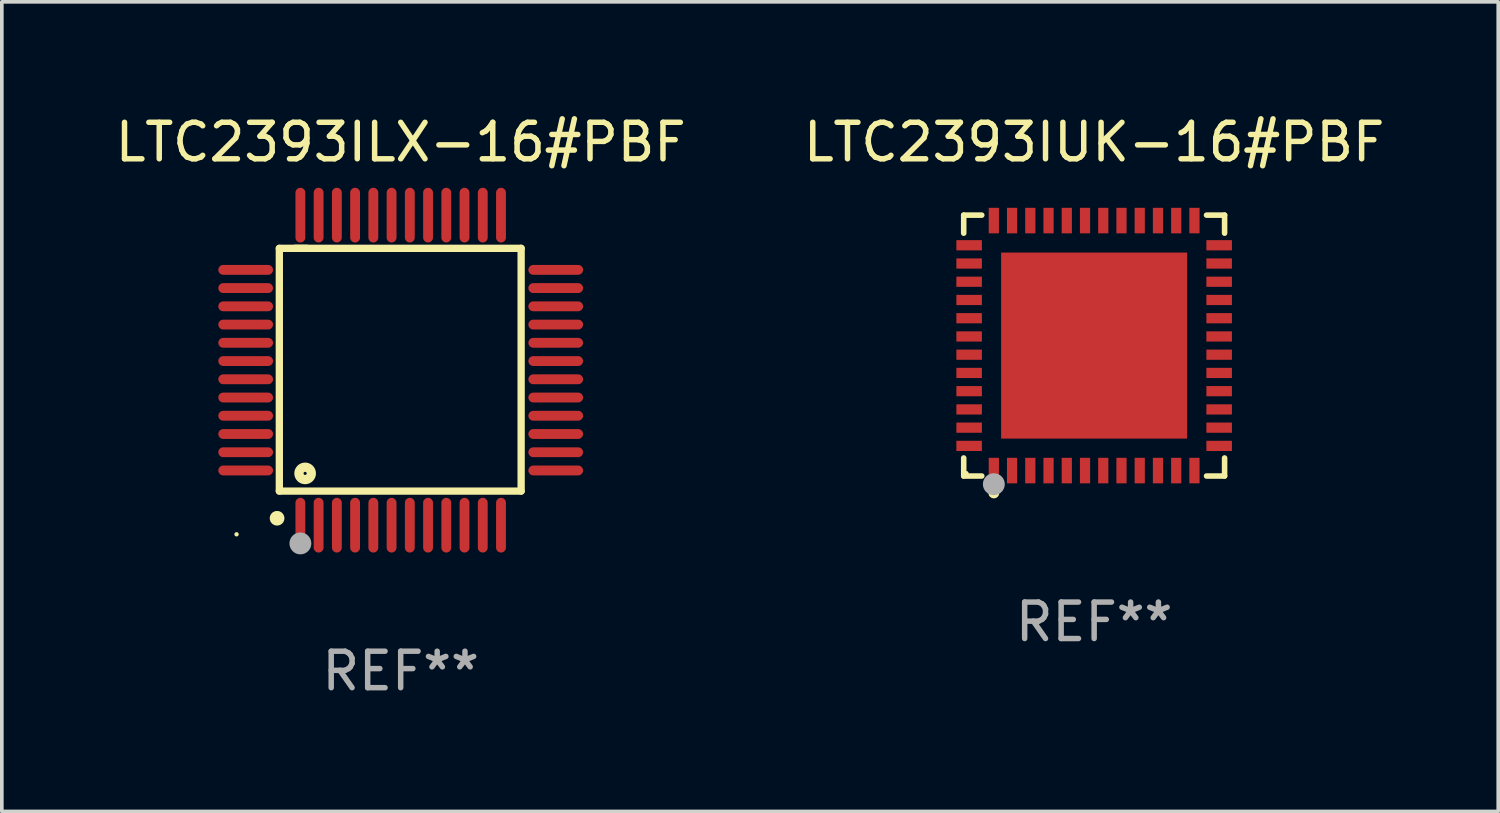
<source format=kicad_pcb>
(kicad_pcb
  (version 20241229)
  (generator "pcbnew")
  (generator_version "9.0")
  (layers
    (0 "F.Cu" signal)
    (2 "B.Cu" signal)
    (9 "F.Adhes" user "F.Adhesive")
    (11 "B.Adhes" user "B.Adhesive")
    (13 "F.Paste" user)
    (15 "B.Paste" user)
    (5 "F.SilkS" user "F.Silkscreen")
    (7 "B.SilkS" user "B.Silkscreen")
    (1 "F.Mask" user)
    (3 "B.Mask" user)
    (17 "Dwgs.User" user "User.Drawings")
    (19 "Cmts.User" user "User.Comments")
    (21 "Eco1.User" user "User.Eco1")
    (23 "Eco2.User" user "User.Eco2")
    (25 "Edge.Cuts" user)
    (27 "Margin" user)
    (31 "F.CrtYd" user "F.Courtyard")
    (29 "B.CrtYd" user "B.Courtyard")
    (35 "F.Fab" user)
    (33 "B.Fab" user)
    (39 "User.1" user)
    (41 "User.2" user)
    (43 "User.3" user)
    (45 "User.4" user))
  (footprint "LTC2393ILX-16#PBF"
    (layer "F.Cu")
    (at 7.935 7.098)
    (property "Reference" "LTC2393ILX-16#PBF" (at 0 -6.25 0) (layer "F.SilkS") (effects (font (size 1 1) (thickness 0.15))))
    (attr through_hole)
    (fp_line (start -3.327 -3.34) (end -2.565 -3.34) (stroke (width 0.2) (type solid)) (layer "F.SilkS"))
    (fp_line (start -3.327 3.315) (end -3.327 -3.34) (stroke (width 0.2) (type solid)) (layer "F.SilkS"))
    (fp_line (start -2.896 -3.34) (end 3.302 -3.34) (stroke (width 0.2) (type solid)) (layer "F.SilkS"))
    (fp_line (start 3.302 -3.34) (end 3.302 3.315) (stroke (width 0.2) (type solid)) (layer "F.SilkS"))
    (fp_line (start 3.302 3.315) (end -3.327 3.315) (stroke (width 0.2) (type solid)) (layer "F.SilkS"))
    (fp_arc (start -3.389992 4.059995) (mid -3.388722 4.059991) (end -3.387452 4.059995) (stroke (width 0.4) (type solid)) (layer "F.SilkS"))
    (fp_circle (center -4.5 4.5) (end -4.47 4.5) (stroke (width 0.06) (type solid)) (fill no) (layer "F.SilkS"))
    (fp_circle (center -2.62 2.83) (end -2.45 2.83) (stroke (width 0.254) (type solid)) (fill no) (layer "F.SilkS"))
    (fp_circle (center -2.75 4.75) (end -2.6 4.75) (stroke (width 0.3) (type solid)) (fill no) (layer "F.Fab"))
    (fp_text user "REF**" (at 0 8.25 0) (layer "F.Fab") (effects (font (size 1 1) (thickness 0.15))))
    (pad "1" smd oval (at -2.75 4.25) (size 0.27 1.5) (layers "F.Cu" "F.Mask" "F.Paste"))
    (pad "2" smd oval (at -2.25 4.25) (size 0.27 1.5) (layers "F.Cu" "F.Mask" "F.Paste"))
    (pad "3" smd oval (at -1.75 4.25) (size 0.27 1.5) (layers "F.Cu" "F.Mask" "F.Paste"))
    (pad "4" smd oval (at -1.25 4.25) (size 0.27 1.5) (layers "F.Cu" "F.Mask" "F.Paste"))
    (pad "5" smd oval (at -0.75 4.25) (size 0.27 1.5) (layers "F.Cu" "F.Mask" "F.Paste"))
    (pad "6" smd oval (at -0.25 4.25) (size 0.27 1.5) (layers "F.Cu" "F.Mask" "F.Paste"))
    (pad "7" smd oval (at 0.25 4.25) (size 0.27 1.5) (layers "F.Cu" "F.Mask" "F.Paste"))
    (pad "8" smd oval (at 0.75 4.25) (size 0.27 1.5) (layers "F.Cu" "F.Mask" "F.Paste"))
    (pad "9" smd oval (at 1.25 4.25) (size 0.27 1.5) (layers "F.Cu" "F.Mask" "F.Paste"))
    (pad "10" smd oval (at 1.75 4.25) (size 0.27 1.5) (layers "F.Cu" "F.Mask" "F.Paste"))
    (pad "11" smd oval (at 2.25 4.25) (size 0.27 1.5) (layers "F.Cu" "F.Mask" "F.Paste"))
    (pad "12" smd oval (at 2.75 4.25) (size 0.27 1.5) (layers "F.Cu" "F.Mask" "F.Paste"))
    (pad "13" smd oval (at 4.25 2.75) (size 1.5 0.27) (layers "F.Cu" "F.Mask" "F.Paste"))
    (pad "14" smd oval (at 4.25 2.25) (size 1.5 0.27) (layers "F.Cu" "F.Mask" "F.Paste"))
    (pad "15" smd oval (at 4.25 1.75) (size 1.5 0.27) (layers "F.Cu" "F.Mask" "F.Paste"))
    (pad "16" smd oval (at 4.25 1.25) (size 1.5 0.27) (layers "F.Cu" "F.Mask" "F.Paste"))
    (pad "17" smd oval (at 4.25 0.75) (size 1.5 0.27) (layers "F.Cu" "F.Mask" "F.Paste"))
    (pad "18" smd oval (at 4.25 0.25) (size 1.5 0.27) (layers "F.Cu" "F.Mask" "F.Paste"))
    (pad "19" smd oval (at 4.25 -0.25) (size 1.5 0.27) (layers "F.Cu" "F.Mask" "F.Paste"))
    (pad "20" smd oval (at 4.25 -0.75) (size 1.5 0.27) (layers "F.Cu" "F.Mask" "F.Paste"))
    (pad "21" smd oval (at 4.25 -1.25) (size 1.5 0.27) (layers "F.Cu" "F.Mask" "F.Paste"))
    (pad "22" smd oval (at 4.25 -1.75) (size 1.5 0.27) (layers "F.Cu" "F.Mask" "F.Paste"))
    (pad "23" smd oval (at 4.25 -2.25) (size 1.5 0.27) (layers "F.Cu" "F.Mask" "F.Paste"))
    (pad "24" smd oval (at 4.25 -2.75) (size 1.5 0.27) (layers "F.Cu" "F.Mask" "F.Paste"))
    (pad "25" smd oval (at 2.75 -4.25) (size 0.27 1.5) (layers "F.Cu" "F.Mask" "F.Paste"))
    (pad "26" smd oval (at 2.25 -4.25) (size 0.27 1.5) (layers "F.Cu" "F.Mask" "F.Paste"))
    (pad "27" smd oval (at 1.75 -4.25) (size 0.27 1.5) (layers "F.Cu" "F.Mask" "F.Paste"))
    (pad "28" smd oval (at 1.25 -4.25) (size 0.27 1.5) (layers "F.Cu" "F.Mask" "F.Paste"))
    (pad "29" smd oval (at 0.75 -4.25) (size 0.27 1.5) (layers "F.Cu" "F.Mask" "F.Paste"))
    (pad "30" smd oval (at 0.25 -4.25) (size 0.27 1.5) (layers "F.Cu" "F.Mask" "F.Paste"))
    (pad "31" smd oval (at -0.25 -4.25) (size 0.27 1.5) (layers "F.Cu" "F.Mask" "F.Paste"))
    (pad "32" smd oval (at -0.75 -4.25) (size 0.27 1.5) (layers "F.Cu" "F.Mask" "F.Paste"))
    (pad "33" smd oval (at -1.25 -4.25) (size 0.27 1.5) (layers "F.Cu" "F.Mask" "F.Paste"))
    (pad "34" smd oval (at -1.75 -4.25) (size 0.27 1.5) (layers "F.Cu" "F.Mask" "F.Paste"))
    (pad "35" smd oval (at -2.25 -4.25) (size 0.27 1.5) (layers "F.Cu" "F.Mask" "F.Paste"))
    (pad "36" smd oval (at -2.75 -4.25) (size 0.27 1.5) (layers "F.Cu" "F.Mask" "F.Paste"))
    (pad "37" smd oval (at -4.25 -2.75) (size 1.5 0.27) (layers "F.Cu" "F.Mask" "F.Paste"))
    (pad "38" smd oval (at -4.25 -2.25) (size 1.5 0.27) (layers "F.Cu" "F.Mask" "F.Paste"))
    (pad "39" smd oval (at -4.25 -1.75) (size 1.5 0.27) (layers "F.Cu" "F.Mask" "F.Paste"))
    (pad "40" smd oval (at -4.25 -1.25) (size 1.5 0.27) (layers "F.Cu" "F.Mask" "F.Paste"))
    (pad "41" smd oval (at -4.25 -0.75) (size 1.5 0.27) (layers "F.Cu" "F.Mask" "F.Paste"))
    (pad "42" smd oval (at -4.25 -0.25) (size 1.5 0.27) (layers "F.Cu" "F.Mask" "F.Paste"))
    (pad "43" smd oval (at -4.25 0.25) (size 1.5 0.27) (layers "F.Cu" "F.Mask" "F.Paste"))
    (pad "44" smd oval (at -4.25 0.75) (size 1.5 0.27) (layers "F.Cu" "F.Mask" "F.Paste"))
    (pad "45" smd oval (at -4.25 1.25) (size 1.5 0.27) (layers "F.Cu" "F.Mask" "F.Paste"))
    (pad "46" smd oval (at -4.25 1.75) (size 1.5 0.27) (layers "F.Cu" "F.Mask" "F.Paste"))
    (pad "47" smd oval (at -4.25 2.25) (size 1.5 0.27) (layers "F.Cu" "F.Mask" "F.Paste"))
    (pad "48" smd oval (at -4.25 2.75) (size 1.5 0.27) (layers "F.Cu" "F.Mask" "F.Paste")))
  (footprint "LTC2393IUK-16#PBF"
    (layer "F.Cu")
    (at 26.946 6.424)
    (property "Reference" "LTC2393IUK-16#PBF" (at 0 -5.576 0) (layer "F.SilkS") (effects (font (size 1 1) (thickness 0.15))))
    (attr through_hole)
    (fp_line (start -3.576 -3.576) (end -3.081 -3.576) (stroke (width 0.152) (type solid)) (layer "F.SilkS"))
    (fp_line (start -3.576 -3.081) (end -3.576 -3.576) (stroke (width 0.152) (type solid)) (layer "F.SilkS"))
    (fp_line (start -3.576 3.081) (end -3.576 3.576) (stroke (width 0.152) (type solid)) (layer "F.SilkS"))
    (fp_line (start -3.576 3.576) (end -3.081 3.576) (stroke (width 0.152) (type solid)) (layer "F.SilkS"))
    (fp_line (start 3.576 -3.576) (end 3.081 -3.576) (stroke (width 0.152) (type solid)) (layer "F.SilkS"))
    (fp_line (start 3.576 -3.081) (end 3.576 -3.576) (stroke (width 0.152) (type solid)) (layer "F.SilkS"))
    (fp_line (start 3.576 3.081) (end 3.576 3.576) (stroke (width 0.152) (type solid)) (layer "F.SilkS"))
    (fp_line (start 3.576 3.576) (end 3.081 3.576) (stroke (width 0.152) (type solid)) (layer "F.SilkS"))
    (fp_circle (center -3.5 3.5) (end -3.47 3.5) (stroke (width 0.06) (type solid)) (fill no) (layer "F.SilkS"))
    (fp_circle (center -2.75 4.04) (end -2.675 4.04) (stroke (width 0.15) (type solid)) (fill no) (layer "F.SilkS"))
    (fp_circle (center -2.75 3.8) (end -2.6 3.8) (stroke (width 0.3) (type solid)) (fill no) (layer "F.Fab"))
    (fp_text user "REF**" (at 0 7.576 0) (layer "F.Fab") (effects (font (size 1 1) (thickness 0.15))))
    (pad "1" smd rect (at -2.75 3.427) (size 0.28 0.7) (layers "F.Cu" "F.Mask" "F.Paste"))
    (pad "2" smd rect (at -2.25 3.427) (size 0.28 0.7) (layers "F.Cu" "F.Mask" "F.Paste"))
    (pad "3" smd rect (at -1.75 3.427) (size 0.28 0.7) (layers "F.Cu" "F.Mask" "F.Paste"))
    (pad "4" smd rect (at -1.25 3.427) (size 0.28 0.7) (layers "F.Cu" "F.Mask" "F.Paste"))
    (pad "5" smd rect (at -0.75 3.427) (size 0.28 0.7) (layers "F.Cu" "F.Mask" "F.Paste"))
    (pad "6" smd rect (at -0.25 3.427) (size 0.28 0.7) (layers "F.Cu" "F.Mask" "F.Paste"))
    (pad "7" smd rect (at 0.25 3.427) (size 0.28 0.7) (layers "F.Cu" "F.Mask" "F.Paste"))
    (pad "8" smd rect (at 0.75 3.427) (size 0.28 0.7) (layers "F.Cu" "F.Mask" "F.Paste"))
    (pad "9" smd rect (at 1.25 3.427) (size 0.28 0.7) (layers "F.Cu" "F.Mask" "F.Paste"))
    (pad "10" smd rect (at 1.75 3.427) (size 0.28 0.7) (layers "F.Cu" "F.Mask" "F.Paste"))
    (pad "11" smd rect (at 2.25 3.427) (size 0.28 0.7) (layers "F.Cu" "F.Mask" "F.Paste"))
    (pad "12" smd rect (at 2.75 3.427) (size 0.28 0.7) (layers "F.Cu" "F.Mask" "F.Paste"))
    (pad "13" smd rect (at 3.427 2.75) (size 0.7 0.28) (layers "F.Cu" "F.Mask" "F.Paste"))
    (pad "14" smd rect (at 3.427 2.25) (size 0.7 0.28) (layers "F.Cu" "F.Mask" "F.Paste"))
    (pad "15" smd rect (at 3.427 1.75) (size 0.7 0.28) (layers "F.Cu" "F.Mask" "F.Paste"))
    (pad "16" smd rect (at 3.427 1.25) (size 0.7 0.28) (layers "F.Cu" "F.Mask" "F.Paste"))
    (pad "17" smd rect (at 3.427 0.75) (size 0.7 0.28) (layers "F.Cu" "F.Mask" "F.Paste"))
    (pad "18" smd rect (at 3.427 0.25) (size 0.7 0.28) (layers "F.Cu" "F.Mask" "F.Paste"))
    (pad "19" smd rect (at 3.427 -0.25) (size 0.7 0.28) (layers "F.Cu" "F.Mask" "F.Paste"))
    (pad "20" smd rect (at 3.427 -0.75) (size 0.7 0.28) (layers "F.Cu" "F.Mask" "F.Paste"))
    (pad "21" smd rect (at 3.427 -1.25) (size 0.7 0.28) (layers "F.Cu" "F.Mask" "F.Paste"))
    (pad "22" smd rect (at 3.427 -1.75) (size 0.7 0.28) (layers "F.Cu" "F.Mask" "F.Paste"))
    (pad "23" smd rect (at 3.427 -2.25) (size 0.7 0.28) (layers "F.Cu" "F.Mask" "F.Paste"))
    (pad "24" smd rect (at 3.427 -2.75) (size 0.7 0.28) (layers "F.Cu" "F.Mask" "F.Paste"))
    (pad "25" smd rect (at 2.75 -3.427) (size 0.28 0.7) (layers "F.Cu" "F.Mask" "F.Paste"))
    (pad "26" smd rect (at 2.25 -3.427) (size 0.28 0.7) (layers "F.Cu" "F.Mask" "F.Paste"))
    (pad "27" smd rect (at 1.75 -3.427) (size 0.28 0.7) (layers "F.Cu" "F.Mask" "F.Paste"))
    (pad "28" smd rect (at 1.25 -3.427) (size 0.28 0.7) (layers "F.Cu" "F.Mask" "F.Paste"))
    (pad "29" smd rect (at 0.75 -3.427) (size 0.28 0.7) (layers "F.Cu" "F.Mask" "F.Paste"))
    (pad "30" smd rect (at 0.25 -3.427) (size 0.28 0.7) (layers "F.Cu" "F.Mask" "F.Paste"))
    (pad "31" smd rect (at -0.25 -3.427) (size 0.28 0.7) (layers "F.Cu" "F.Mask" "F.Paste"))
    (pad "32" smd rect (at -0.75 -3.427) (size 0.28 0.7) (layers "F.Cu" "F.Mask" "F.Paste"))
    (pad "33" smd rect (at -1.25 -3.427) (size 0.28 0.7) (layers "F.Cu" "F.Mask" "F.Paste"))
    (pad "34" smd rect (at -1.75 -3.427) (size 0.28 0.7) (layers "F.Cu" "F.Mask" "F.Paste"))
    (pad "35" smd rect (at -2.25 -3.427) (size 0.28 0.7) (layers "F.Cu" "F.Mask" "F.Paste"))
    (pad "36" smd rect (at -2.75 -3.427) (size 0.28 0.7) (layers "F.Cu" "F.Mask" "F.Paste"))
    (pad "37" smd rect (at -3.427 -2.75) (size 0.7 0.28) (layers "F.Cu" "F.Mask" "F.Paste"))
    (pad "38" smd rect (at -3.427 -2.25) (size 0.7 0.28) (layers "F.Cu" "F.Mask" "F.Paste"))
    (pad "39" smd rect (at -3.427 -1.75) (size 0.7 0.28) (layers "F.Cu" "F.Mask" "F.Paste"))
    (pad "40" smd rect (at -3.427 -1.25) (size 0.7 0.28) (layers "F.Cu" "F.Mask" "F.Paste"))
    (pad "41" smd rect (at -3.427 -0.75) (size 0.7 0.28) (layers "F.Cu" "F.Mask" "F.Paste"))
    (pad "42" smd rect (at -3.427 -0.25) (size 0.7 0.28) (layers "F.Cu" "F.Mask" "F.Paste"))
    (pad "43" smd rect (at -3.427 0.25) (size 0.7 0.28) (layers "F.Cu" "F.Mask" "F.Paste"))
    (pad "44" smd rect (at -3.427 0.75) (size 0.7 0.28) (layers "F.Cu" "F.Mask" "F.Paste"))
    (pad "45" smd rect (at -3.427 1.25) (size 0.7 0.28) (layers "F.Cu" "F.Mask" "F.Paste"))
    (pad "46" smd rect (at -3.427 1.75) (size 0.7 0.28) (layers "F.Cu" "F.Mask" "F.Paste"))
    (pad "47" smd rect (at -3.427 2.25) (size 0.7 0.28) (layers "F.Cu" "F.Mask" "F.Paste"))
    (pad "48" smd rect (at -3.427 2.75) (size 0.7 0.28) (layers "F.Cu" "F.Mask" "F.Paste"))
    (pad "49" smd rect (at 0 0) (size 5.1 5.1) (layers "F.Cu" "F.Mask" "F.Paste")))
  (gr_rect
    (start -3 -3)
    (end 38.024 19.196)
    (stroke (width 0.1) (type default))
    (fill no)
    (layer "Edge.Cuts")))
</source>
